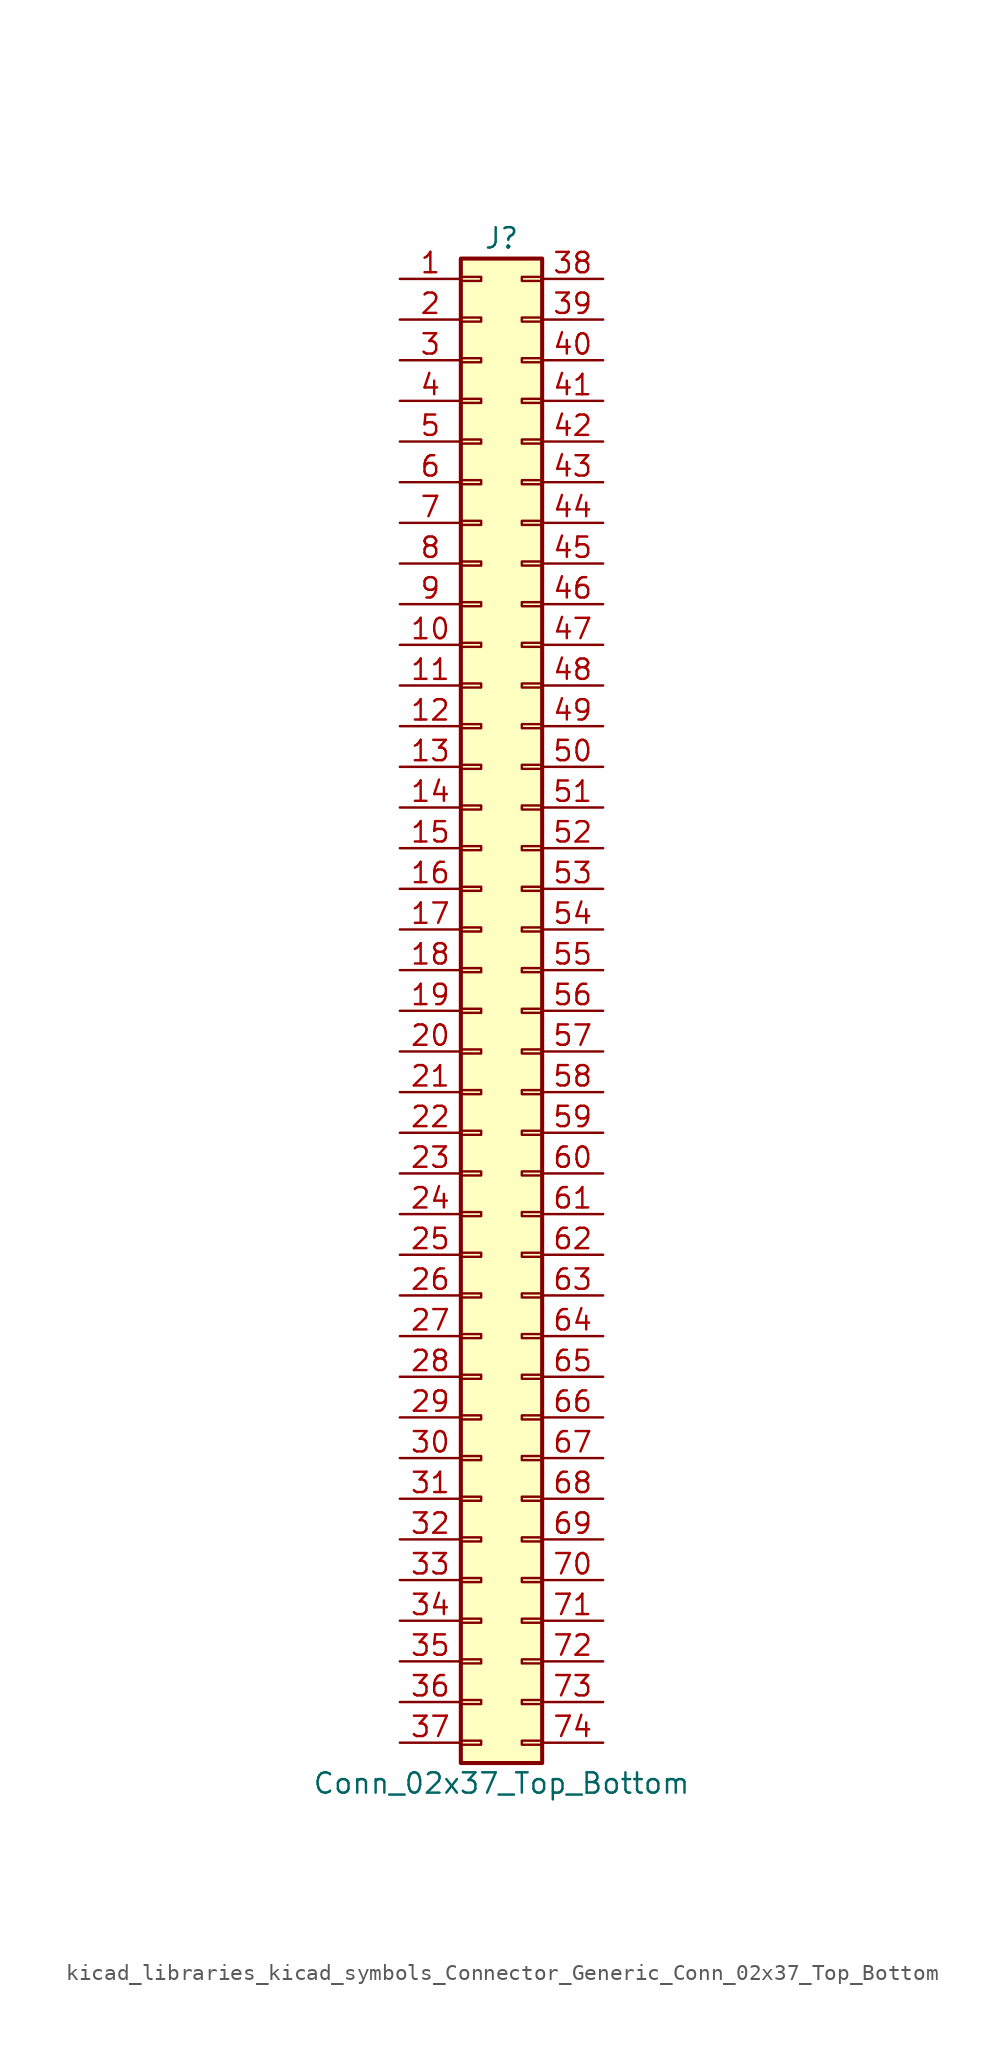
<source format=kicad_sym>
(kicad_symbol_lib
  (version 20220914)
  (generator kicad_symbol_editor)
  (symbol "kicad_libraries_kicad_symbols_Connector_Generic_Conn_02x37_Top_Bottom"
    (pin_names
      (offset 1.016) hide)
    (property "Reference" "J"
      (at 1.27 48.26 0)
      (effects (font (size 1.27 1.27))))
    (property "Value" "Conn_02x37_Top_Bottom"
      (at 1.27 -48.26 0)
      (effects (font (size 1.27 1.27))))
    (symbol "kicad_libraries_kicad_symbols_Connector_Generic_Conn_02x37_Top_Bottom_1_1"
      (rectangle (start -1.27 -45.593) (end 0 -45.847) (stroke (width 0.152) (type default)) (fill (type none)))
      (rectangle (start -1.27 -43.053) (end 0 -43.307) (stroke (width 0.152) (type default)) (fill (type none)))
      (rectangle (start -1.27 -40.513) (end 0 -40.767) (stroke (width 0.152) (type default)) (fill (type none)))
      (rectangle (start -1.27 -37.973) (end 0 -38.227) (stroke (width 0.152) (type default)) (fill (type none)))
      (rectangle (start -1.27 -35.433) (end 0 -35.687) (stroke (width 0.152) (type default)) (fill (type none)))
      (rectangle (start -1.27 -32.893) (end 0 -33.147) (stroke (width 0.152) (type default)) (fill (type none)))
      (rectangle (start -1.27 -30.353) (end 0 -30.607) (stroke (width 0.152) (type default)) (fill (type none)))
      (rectangle (start -1.27 -27.813) (end 0 -28.067) (stroke (width 0.152) (type default)) (fill (type none)))
      (rectangle (start -1.27 -25.273) (end 0 -25.527) (stroke (width 0.152) (type default)) (fill (type none)))
      (rectangle (start -1.27 -22.733) (end 0 -22.987) (stroke (width 0.152) (type default)) (fill (type none)))
      (rectangle (start -1.27 -20.193) (end 0 -20.447) (stroke (width 0.152) (type default)) (fill (type none)))
      (rectangle (start -1.27 -17.653) (end 0 -17.907) (stroke (width 0.152) (type default)) (fill (type none)))
      (rectangle (start -1.27 -15.113) (end 0 -15.367) (stroke (width 0.152) (type default)) (fill (type none)))
      (rectangle (start -1.27 -12.573) (end 0 -12.827) (stroke (width 0.152) (type default)) (fill (type none)))
      (rectangle (start -1.27 -10.033) (end 0 -10.287) (stroke (width 0.152) (type default)) (fill (type none)))
      (rectangle (start -1.27 -7.493) (end 0 -7.747) (stroke (width 0.152) (type default)) (fill (type none)))
      (rectangle (start -1.27 -4.953) (end 0 -5.207) (stroke (width 0.152) (type default)) (fill (type none)))
      (rectangle (start -1.27 -2.413) (end 0 -2.667) (stroke (width 0.152) (type default)) (fill (type none)))
      (rectangle (start -1.27 0.127) (end 0 -0.127) (stroke (width 0.152) (type default)) (fill (type none)))
      (rectangle (start -1.27 2.667) (end 0 2.413) (stroke (width 0.152) (type default)) (fill (type none)))
      (rectangle (start -1.27 5.207) (end 0 4.953) (stroke (width 0.152) (type default)) (fill (type none)))
      (rectangle (start -1.27 7.747) (end 0 7.493) (stroke (width 0.152) (type default)) (fill (type none)))
      (rectangle (start -1.27 10.287) (end 0 10.033) (stroke (width 0.152) (type default)) (fill (type none)))
      (rectangle (start -1.27 12.827) (end 0 12.573) (stroke (width 0.152) (type default)) (fill (type none)))
      (rectangle (start -1.27 15.367) (end 0 15.113) (stroke (width 0.152) (type default)) (fill (type none)))
      (rectangle (start -1.27 17.907) (end 0 17.653) (stroke (width 0.152) (type default)) (fill (type none)))
      (rectangle (start -1.27 20.447) (end 0 20.193) (stroke (width 0.152) (type default)) (fill (type none)))
      (rectangle (start -1.27 22.987) (end 0 22.733) (stroke (width 0.152) (type default)) (fill (type none)))
      (rectangle (start -1.27 25.527) (end 0 25.273) (stroke (width 0.152) (type default)) (fill (type none)))
      (rectangle (start -1.27 28.067) (end 0 27.813) (stroke (width 0.152) (type default)) (fill (type none)))
      (rectangle (start -1.27 30.607) (end 0 30.353) (stroke (width 0.152) (type default)) (fill (type none)))
      (rectangle (start -1.27 33.147) (end 0 32.893) (stroke (width 0.152) (type default)) (fill (type none)))
      (rectangle (start -1.27 35.687) (end 0 35.433) (stroke (width 0.152) (type default)) (fill (type none)))
      (rectangle (start -1.27 38.227) (end 0 37.973) (stroke (width 0.152) (type default)) (fill (type none)))
      (rectangle (start -1.27 40.767) (end 0 40.513) (stroke (width 0.152) (type default)) (fill (type none)))
      (rectangle (start -1.27 43.307) (end 0 43.053) (stroke (width 0.152) (type default)) (fill (type none)))
      (rectangle (start -1.27 45.847) (end 0 45.593) (stroke (width 0.152) (type default)) (fill (type none)))
      (rectangle (start -1.27 46.99) (end 3.81 -46.99) (stroke (width 0.254) (type default)) (fill (type background)))
      (rectangle (start 3.81 -45.593) (end 2.54 -45.847) (stroke (width 0.152) (type default)) (fill (type none)))
      (rectangle (start 3.81 -43.053) (end 2.54 -43.307) (stroke (width 0.152) (type default)) (fill (type none)))
      (rectangle (start 3.81 -40.513) (end 2.54 -40.767) (stroke (width 0.152) (type default)) (fill (type none)))
      (rectangle (start 3.81 -37.973) (end 2.54 -38.227) (stroke (width 0.152) (type default)) (fill (type none)))
      (rectangle (start 3.81 -35.433) (end 2.54 -35.687) (stroke (width 0.152) (type default)) (fill (type none)))
      (rectangle (start 3.81 -32.893) (end 2.54 -33.147) (stroke (width 0.152) (type default)) (fill (type none)))
      (rectangle (start 3.81 -30.353) (end 2.54 -30.607) (stroke (width 0.152) (type default)) (fill (type none)))
      (rectangle (start 3.81 -27.813) (end 2.54 -28.067) (stroke (width 0.152) (type default)) (fill (type none)))
      (rectangle (start 3.81 -25.273) (end 2.54 -25.527) (stroke (width 0.152) (type default)) (fill (type none)))
      (rectangle (start 3.81 -22.733) (end 2.54 -22.987) (stroke (width 0.152) (type default)) (fill (type none)))
      (rectangle (start 3.81 -20.193) (end 2.54 -20.447) (stroke (width 0.152) (type default)) (fill (type none)))
      (rectangle (start 3.81 -17.653) (end 2.54 -17.907) (stroke (width 0.152) (type default)) (fill (type none)))
      (rectangle (start 3.81 -15.113) (end 2.54 -15.367) (stroke (width 0.152) (type default)) (fill (type none)))
      (rectangle (start 3.81 -12.573) (end 2.54 -12.827) (stroke (width 0.152) (type default)) (fill (type none)))
      (rectangle (start 3.81 -10.033) (end 2.54 -10.287) (stroke (width 0.152) (type default)) (fill (type none)))
      (rectangle (start 3.81 -7.493) (end 2.54 -7.747) (stroke (width 0.152) (type default)) (fill (type none)))
      (rectangle (start 3.81 -4.953) (end 2.54 -5.207) (stroke (width 0.152) (type default)) (fill (type none)))
      (rectangle (start 3.81 -2.413) (end 2.54 -2.667) (stroke (width 0.152) (type default)) (fill (type none)))
      (rectangle (start 3.81 0.127) (end 2.54 -0.127) (stroke (width 0.152) (type default)) (fill (type none)))
      (rectangle (start 3.81 2.667) (end 2.54 2.413) (stroke (width 0.152) (type default)) (fill (type none)))
      (rectangle (start 3.81 5.207) (end 2.54 4.953) (stroke (width 0.152) (type default)) (fill (type none)))
      (rectangle (start 3.81 7.747) (end 2.54 7.493) (stroke (width 0.152) (type default)) (fill (type none)))
      (rectangle (start 3.81 10.287) (end 2.54 10.033) (stroke (width 0.152) (type default)) (fill (type none)))
      (rectangle (start 3.81 12.827) (end 2.54 12.573) (stroke (width 0.152) (type default)) (fill (type none)))
      (rectangle (start 3.81 15.367) (end 2.54 15.113) (stroke (width 0.152) (type default)) (fill (type none)))
      (rectangle (start 3.81 17.907) (end 2.54 17.653) (stroke (width 0.152) (type default)) (fill (type none)))
      (rectangle (start 3.81 20.447) (end 2.54 20.193) (stroke (width 0.152) (type default)) (fill (type none)))
      (rectangle (start 3.81 22.987) (end 2.54 22.733) (stroke (width 0.152) (type default)) (fill (type none)))
      (rectangle (start 3.81 25.527) (end 2.54 25.273) (stroke (width 0.152) (type default)) (fill (type none)))
      (rectangle (start 3.81 28.067) (end 2.54 27.813) (stroke (width 0.152) (type default)) (fill (type none)))
      (rectangle (start 3.81 30.607) (end 2.54 30.353) (stroke (width 0.152) (type default)) (fill (type none)))
      (rectangle (start 3.81 33.147) (end 2.54 32.893) (stroke (width 0.152) (type default)) (fill (type none)))
      (rectangle (start 3.81 35.687) (end 2.54 35.433) (stroke (width 0.152) (type default)) (fill (type none)))
      (rectangle (start 3.81 38.227) (end 2.54 37.973) (stroke (width 0.152) (type default)) (fill (type none)))
      (rectangle (start 3.81 40.767) (end 2.54 40.513) (stroke (width 0.152) (type default)) (fill (type none)))
      (rectangle (start 3.81 43.307) (end 2.54 43.053) (stroke (width 0.152) (type default)) (fill (type none)))
      (rectangle (start 3.81 45.847) (end 2.54 45.593) (stroke (width 0.152) (type default)) (fill (type none)))
      (pin passive line (at -5.08 45.72 0) (length 3.81) (name "Pin_1" (effects (font (size 1.27 1.27)))) (number "1" (effects (font (size 1.27 1.27)))))
      (pin passive line (at -5.08 22.86 0) (length 3.81) (name "Pin_10" (effects (font (size 1.27 1.27)))) (number "10" (effects (font (size 1.27 1.27)))))
      (pin passive line (at -5.08 20.32 0) (length 3.81) (name "Pin_11" (effects (font (size 1.27 1.27)))) (number "11" (effects (font (size 1.27 1.27)))))
      (pin passive line (at -5.08 17.78 0) (length 3.81) (name "Pin_12" (effects (font (size 1.27 1.27)))) (number "12" (effects (font (size 1.27 1.27)))))
      (pin passive line (at -5.08 15.24 0) (length 3.81) (name "Pin_13" (effects (font (size 1.27 1.27)))) (number "13" (effects (font (size 1.27 1.27)))))
      (pin passive line (at -5.08 12.7 0) (length 3.81) (name "Pin_14" (effects (font (size 1.27 1.27)))) (number "14" (effects (font (size 1.27 1.27)))))
      (pin passive line (at -5.08 10.16 0) (length 3.81) (name "Pin_15" (effects (font (size 1.27 1.27)))) (number "15" (effects (font (size 1.27 1.27)))))
      (pin passive line (at -5.08 7.62 0) (length 3.81) (name "Pin_16" (effects (font (size 1.27 1.27)))) (number "16" (effects (font (size 1.27 1.27)))))
      (pin passive line (at -5.08 5.08 0) (length 3.81) (name "Pin_17" (effects (font (size 1.27 1.27)))) (number "17" (effects (font (size 1.27 1.27)))))
      (pin passive line (at -5.08 2.54 0) (length 3.81) (name "Pin_18" (effects (font (size 1.27 1.27)))) (number "18" (effects (font (size 1.27 1.27)))))
      (pin passive line (at -5.08 0 0) (length 3.81) (name "Pin_19" (effects (font (size 1.27 1.27)))) (number "19" (effects (font (size 1.27 1.27)))))
      (pin passive line (at -5.08 43.18 0) (length 3.81) (name "Pin_2" (effects (font (size 1.27 1.27)))) (number "2" (effects (font (size 1.27 1.27)))))
      (pin passive line (at -5.08 -2.54 0) (length 3.81) (name "Pin_20" (effects (font (size 1.27 1.27)))) (number "20" (effects (font (size 1.27 1.27)))))
      (pin passive line (at -5.08 -5.08 0) (length 3.81) (name "Pin_21" (effects (font (size 1.27 1.27)))) (number "21" (effects (font (size 1.27 1.27)))))
      (pin passive line (at -5.08 -7.62 0) (length 3.81) (name "Pin_22" (effects (font (size 1.27 1.27)))) (number "22" (effects (font (size 1.27 1.27)))))
      (pin passive line (at -5.08 -10.16 0) (length 3.81) (name "Pin_23" (effects (font (size 1.27 1.27)))) (number "23" (effects (font (size 1.27 1.27)))))
      (pin passive line (at -5.08 -12.7 0) (length 3.81) (name "Pin_24" (effects (font (size 1.27 1.27)))) (number "24" (effects (font (size 1.27 1.27)))))
      (pin passive line (at -5.08 -15.24 0) (length 3.81) (name "Pin_25" (effects (font (size 1.27 1.27)))) (number "25" (effects (font (size 1.27 1.27)))))
      (pin passive line (at -5.08 -17.78 0) (length 3.81) (name "Pin_26" (effects (font (size 1.27 1.27)))) (number "26" (effects (font (size 1.27 1.27)))))
      (pin passive line (at -5.08 -20.32 0) (length 3.81) (name "Pin_27" (effects (font (size 1.27 1.27)))) (number "27" (effects (font (size 1.27 1.27)))))
      (pin passive line (at -5.08 -22.86 0) (length 3.81) (name "Pin_28" (effects (font (size 1.27 1.27)))) (number "28" (effects (font (size 1.27 1.27)))))
      (pin passive line (at -5.08 -25.4 0) (length 3.81) (name "Pin_29" (effects (font (size 1.27 1.27)))) (number "29" (effects (font (size 1.27 1.27)))))
      (pin passive line (at -5.08 40.64 0) (length 3.81) (name "Pin_3" (effects (font (size 1.27 1.27)))) (number "3" (effects (font (size 1.27 1.27)))))
      (pin passive line (at -5.08 -27.94 0) (length 3.81) (name "Pin_30" (effects (font (size 1.27 1.27)))) (number "30" (effects (font (size 1.27 1.27)))))
      (pin passive line (at -5.08 -30.48 0) (length 3.81) (name "Pin_31" (effects (font (size 1.27 1.27)))) (number "31" (effects (font (size 1.27 1.27)))))
      (pin passive line (at -5.08 -33.02 0) (length 3.81) (name "Pin_32" (effects (font (size 1.27 1.27)))) (number "32" (effects (font (size 1.27 1.27)))))
      (pin passive line (at -5.08 -35.56 0) (length 3.81) (name "Pin_33" (effects (font (size 1.27 1.27)))) (number "33" (effects (font (size 1.27 1.27)))))
      (pin passive line (at -5.08 -38.1 0) (length 3.81) (name "Pin_34" (effects (font (size 1.27 1.27)))) (number "34" (effects (font (size 1.27 1.27)))))
      (pin passive line (at -5.08 -40.64 0) (length 3.81) (name "Pin_35" (effects (font (size 1.27 1.27)))) (number "35" (effects (font (size 1.27 1.27)))))
      (pin passive line (at -5.08 -43.18 0) (length 3.81) (name "Pin_36" (effects (font (size 1.27 1.27)))) (number "36" (effects (font (size 1.27 1.27)))))
      (pin passive line (at -5.08 -45.72 0) (length 3.81) (name "Pin_37" (effects (font (size 1.27 1.27)))) (number "37" (effects (font (size 1.27 1.27)))))
      (pin passive line (at 7.62 45.72 180) (length 3.81) (name "Pin_38" (effects (font (size 1.27 1.27)))) (number "38" (effects (font (size 1.27 1.27)))))
      (pin passive line (at 7.62 43.18 180) (length 3.81) (name "Pin_39" (effects (font (size 1.27 1.27)))) (number "39" (effects (font (size 1.27 1.27)))))
      (pin passive line (at -5.08 38.1 0) (length 3.81) (name "Pin_4" (effects (font (size 1.27 1.27)))) (number "4" (effects (font (size 1.27 1.27)))))
      (pin passive line (at 7.62 40.64 180) (length 3.81) (name "Pin_40" (effects (font (size 1.27 1.27)))) (number "40" (effects (font (size 1.27 1.27)))))
      (pin passive line (at 7.62 38.1 180) (length 3.81) (name "Pin_41" (effects (font (size 1.27 1.27)))) (number "41" (effects (font (size 1.27 1.27)))))
      (pin passive line (at 7.62 35.56 180) (length 3.81) (name "Pin_42" (effects (font (size 1.27 1.27)))) (number "42" (effects (font (size 1.27 1.27)))))
      (pin passive line (at 7.62 33.02 180) (length 3.81) (name "Pin_43" (effects (font (size 1.27 1.27)))) (number "43" (effects (font (size 1.27 1.27)))))
      (pin passive line (at 7.62 30.48 180) (length 3.81) (name "Pin_44" (effects (font (size 1.27 1.27)))) (number "44" (effects (font (size 1.27 1.27)))))
      (pin passive line (at 7.62 27.94 180) (length 3.81) (name "Pin_45" (effects (font (size 1.27 1.27)))) (number "45" (effects (font (size 1.27 1.27)))))
      (pin passive line (at 7.62 25.4 180) (length 3.81) (name "Pin_46" (effects (font (size 1.27 1.27)))) (number "46" (effects (font (size 1.27 1.27)))))
      (pin passive line (at 7.62 22.86 180) (length 3.81) (name "Pin_47" (effects (font (size 1.27 1.27)))) (number "47" (effects (font (size 1.27 1.27)))))
      (pin passive line (at 7.62 20.32 180) (length 3.81) (name "Pin_48" (effects (font (size 1.27 1.27)))) (number "48" (effects (font (size 1.27 1.27)))))
      (pin passive line (at 7.62 17.78 180) (length 3.81) (name "Pin_49" (effects (font (size 1.27 1.27)))) (number "49" (effects (font (size 1.27 1.27)))))
      (pin passive line (at -5.08 35.56 0) (length 3.81) (name "Pin_5" (effects (font (size 1.27 1.27)))) (number "5" (effects (font (size 1.27 1.27)))))
      (pin passive line (at 7.62 15.24 180) (length 3.81) (name "Pin_50" (effects (font (size 1.27 1.27)))) (number "50" (effects (font (size 1.27 1.27)))))
      (pin passive line (at 7.62 12.7 180) (length 3.81) (name "Pin_51" (effects (font (size 1.27 1.27)))) (number "51" (effects (font (size 1.27 1.27)))))
      (pin passive line (at 7.62 10.16 180) (length 3.81) (name "Pin_52" (effects (font (size 1.27 1.27)))) (number "52" (effects (font (size 1.27 1.27)))))
      (pin passive line (at 7.62 7.62 180) (length 3.81) (name "Pin_53" (effects (font (size 1.27 1.27)))) (number "53" (effects (font (size 1.27 1.27)))))
      (pin passive line (at 7.62 5.08 180) (length 3.81) (name "Pin_54" (effects (font (size 1.27 1.27)))) (number "54" (effects (font (size 1.27 1.27)))))
      (pin passive line (at 7.62 2.54 180) (length 3.81) (name "Pin_55" (effects (font (size 1.27 1.27)))) (number "55" (effects (font (size 1.27 1.27)))))
      (pin passive line (at 7.62 0 180) (length 3.81) (name "Pin_56" (effects (font (size 1.27 1.27)))) (number "56" (effects (font (size 1.27 1.27)))))
      (pin passive line (at 7.62 -2.54 180) (length 3.81) (name "Pin_57" (effects (font (size 1.27 1.27)))) (number "57" (effects (font (size 1.27 1.27)))))
      (pin passive line (at 7.62 -5.08 180) (length 3.81) (name "Pin_58" (effects (font (size 1.27 1.27)))) (number "58" (effects (font (size 1.27 1.27)))))
      (pin passive line (at 7.62 -7.62 180) (length 3.81) (name "Pin_59" (effects (font (size 1.27 1.27)))) (number "59" (effects (font (size 1.27 1.27)))))
      (pin passive line (at -5.08 33.02 0) (length 3.81) (name "Pin_6" (effects (font (size 1.27 1.27)))) (number "6" (effects (font (size 1.27 1.27)))))
      (pin passive line (at 7.62 -10.16 180) (length 3.81) (name "Pin_60" (effects (font (size 1.27 1.27)))) (number "60" (effects (font (size 1.27 1.27)))))
      (pin passive line (at 7.62 -12.7 180) (length 3.81) (name "Pin_61" (effects (font (size 1.27 1.27)))) (number "61" (effects (font (size 1.27 1.27)))))
      (pin passive line (at 7.62 -15.24 180) (length 3.81) (name "Pin_62" (effects (font (size 1.27 1.27)))) (number "62" (effects (font (size 1.27 1.27)))))
      (pin passive line (at 7.62 -17.78 180) (length 3.81) (name "Pin_63" (effects (font (size 1.27 1.27)))) (number "63" (effects (font (size 1.27 1.27)))))
      (pin passive line (at 7.62 -20.32 180) (length 3.81) (name "Pin_64" (effects (font (size 1.27 1.27)))) (number "64" (effects (font (size 1.27 1.27)))))
      (pin passive line (at 7.62 -22.86 180) (length 3.81) (name "Pin_65" (effects (font (size 1.27 1.27)))) (number "65" (effects (font (size 1.27 1.27)))))
      (pin passive line (at 7.62 -25.4 180) (length 3.81) (name "Pin_66" (effects (font (size 1.27 1.27)))) (number "66" (effects (font (size 1.27 1.27)))))
      (pin passive line (at 7.62 -27.94 180) (length 3.81) (name "Pin_67" (effects (font (size 1.27 1.27)))) (number "67" (effects (font (size 1.27 1.27)))))
      (pin passive line (at 7.62 -30.48 180) (length 3.81) (name "Pin_68" (effects (font (size 1.27 1.27)))) (number "68" (effects (font (size 1.27 1.27)))))
      (pin passive line (at 7.62 -33.02 180) (length 3.81) (name "Pin_69" (effects (font (size 1.27 1.27)))) (number "69" (effects (font (size 1.27 1.27)))))
      (pin passive line (at -5.08 30.48 0) (length 3.81) (name "Pin_7" (effects (font (size 1.27 1.27)))) (number "7" (effects (font (size 1.27 1.27)))))
      (pin passive line (at 7.62 -35.56 180) (length 3.81) (name "Pin_70" (effects (font (size 1.27 1.27)))) (number "70" (effects (font (size 1.27 1.27)))))
      (pin passive line (at 7.62 -38.1 180) (length 3.81) (name "Pin_71" (effects (font (size 1.27 1.27)))) (number "71" (effects (font (size 1.27 1.27)))))
      (pin passive line (at 7.62 -40.64 180) (length 3.81) (name "Pin_72" (effects (font (size 1.27 1.27)))) (number "72" (effects (font (size 1.27 1.27)))))
      (pin passive line (at 7.62 -43.18 180) (length 3.81) (name "Pin_73" (effects (font (size 1.27 1.27)))) (number "73" (effects (font (size 1.27 1.27)))))
      (pin passive line (at 7.62 -45.72 180) (length 3.81) (name "Pin_74" (effects (font (size 1.27 1.27)))) (number "74" (effects (font (size 1.27 1.27)))))
      (pin passive line (at -5.08 27.94 0) (length 3.81) (name "Pin_8" (effects (font (size 1.27 1.27)))) (number "8" (effects (font (size 1.27 1.27)))))
      (pin passive line (at -5.08 25.4 0) (length 3.81) (name "Pin_9" (effects (font (size 1.27 1.27)))) (number "9" (effects (font (size 1.27 1.27))))))))
</source>
